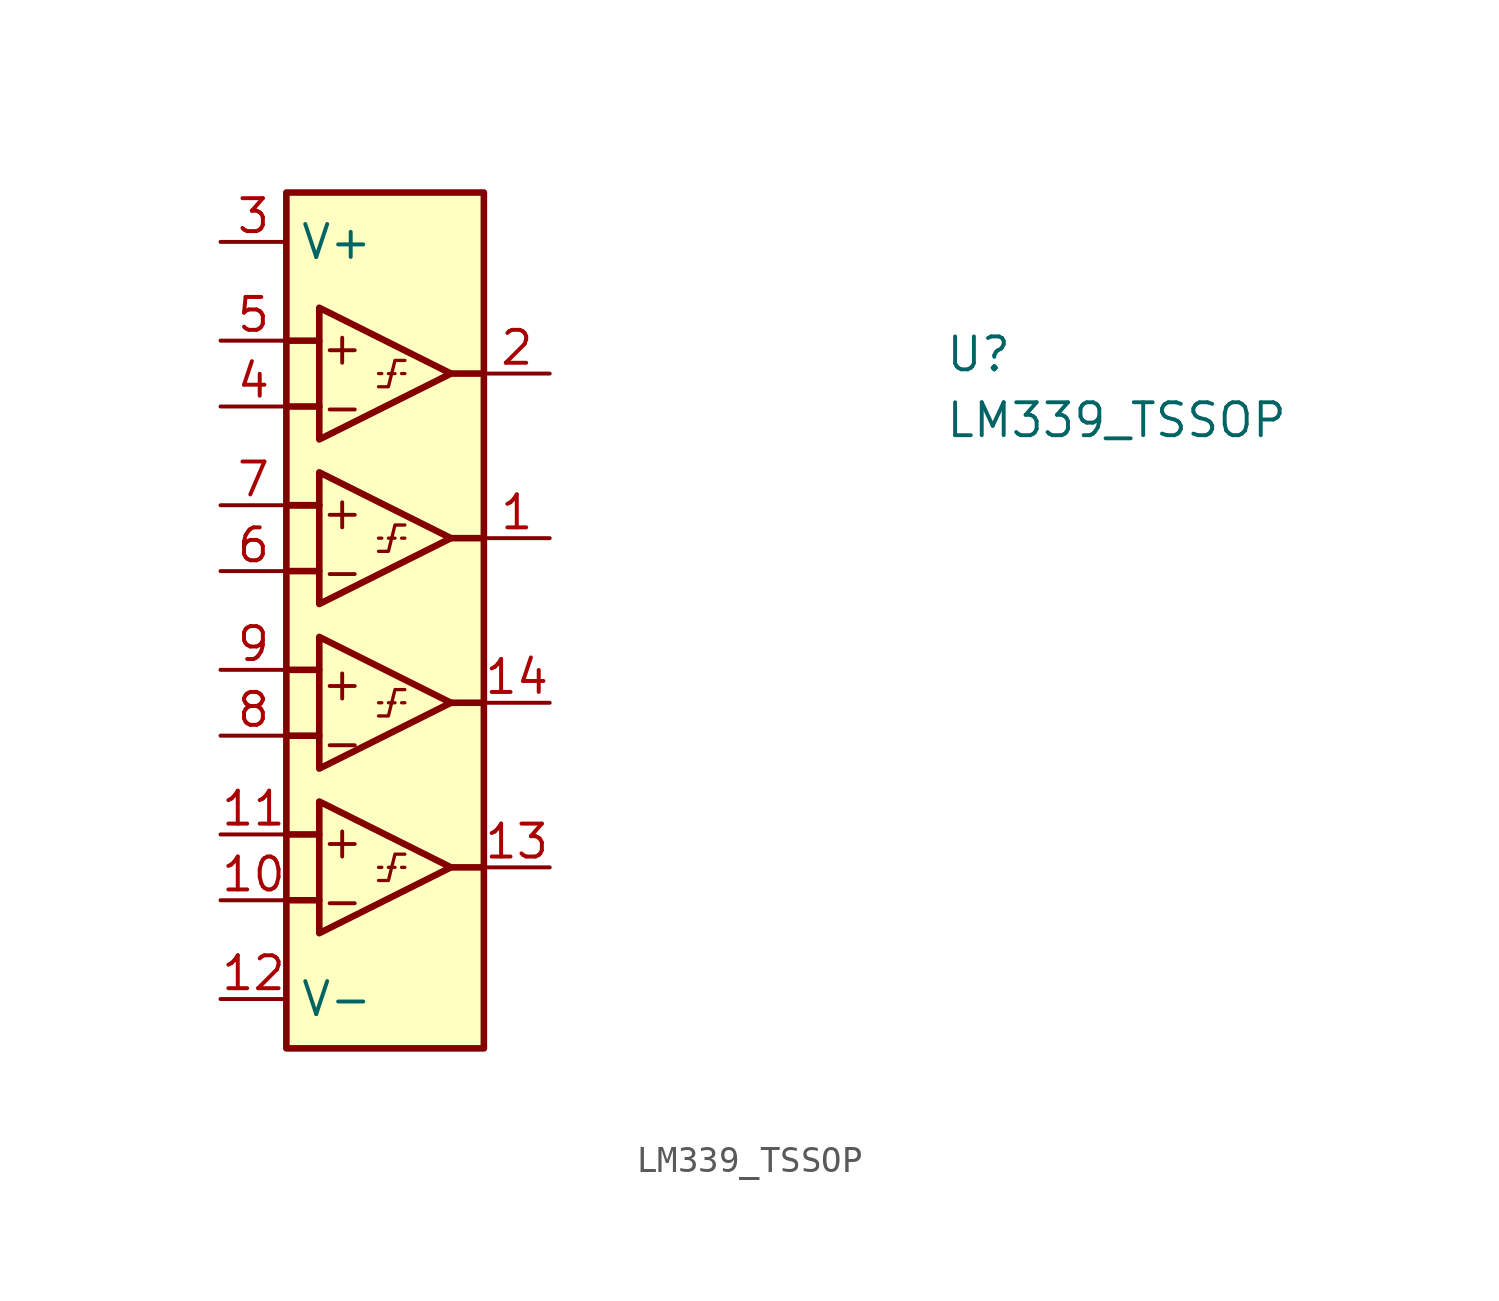
<source format=kicad_sym>
(kicad_symbol_lib
  (version 20211014)
  (generator kicad_symbol_editor)
  (symbol "LM339_TSSOP"
    (property "Reference" "U"
      (at 27.94 -5.08 0)
      (effects (font (size 1.27 1.27) (thickness 0.15)) (justify left bottom)))
    (property "Value" "LM339_TSSOP"
      (at 27.94 -7.62 0)
      (effects (font (size 1.27 1.27) (thickness 0.15)) (justify left bottom)))
    (symbol "LM339_TSSOP_1_1"
      (polyline (pts (xy 2.54 -25.4) (xy 3.81 -25.4)) (stroke (width 0.254) (type default) (color 0 0 0 0)) (fill (type background)))
      (polyline (pts (xy 2.54 -22.86) (xy 3.81 -22.86)) (stroke (width 0.254) (type default) (color 0 0 0 0)) (fill (type background)))
      (polyline (pts (xy 2.54 -19.05) (xy 3.81 -19.05)) (stroke (width 0.254) (type default) (color 0 0 0 0)) (fill (type background)))
      (polyline (pts (xy 2.54 -16.51) (xy 3.81 -16.51)) (stroke (width 0.254) (type default) (color 0 0 0 0)) (fill (type background)))
      (polyline (pts (xy 2.54 -12.7) (xy 3.81 -12.7)) (stroke (width 0.254) (type default) (color 0 0 0 0)) (fill (type background)))
      (polyline (pts (xy 2.54 -10.16) (xy 3.683 -10.16)) (stroke (width 0.254) (type default) (color 0 0 0 0)) (fill (type background)))
      (polyline (pts (xy 2.54 -10.16) (xy 3.81 -10.16)) (stroke (width 0.254) (type default) (color 0 0 0 0)) (fill (type background)))
      (polyline (pts (xy 2.54 -6.35) (xy 3.81 -6.35)) (stroke (width 0.254) (type default) (color 0 0 0 0)) (fill (type background)))
      (polyline (pts (xy 2.54 -3.81) (xy 3.81 -3.81)) (stroke (width 0.254) (type default) (color 0 0 0 0)) (fill (type background)))
      (polyline (pts (xy 6.223 -24.13) (xy 6.096 -24.13)) (stroke (width 0.127) (type default) (color 0 0 0 0)) (fill (type background)))
      (polyline (pts (xy 6.223 -17.78) (xy 6.096 -17.78)) (stroke (width 0.127) (type default) (color 0 0 0 0)) (fill (type background)))
      (polyline (pts (xy 6.223 -11.43) (xy 6.096 -11.43)) (stroke (width 0.127) (type default) (color 0 0 0 0)) (fill (type background)))
      (polyline (pts (xy 6.223 -5.08) (xy 6.096 -5.08)) (stroke (width 0.127) (type default) (color 0 0 0 0)) (fill (type background)))
      (polyline (pts (xy 6.731 -24.13) (xy 6.477 -24.13)) (stroke (width 0.127) (type default) (color 0 0 0 0)) (fill (type background)))
      (polyline (pts (xy 6.731 -17.78) (xy 6.477 -17.78)) (stroke (width 0.127) (type default) (color 0 0 0 0)) (fill (type background)))
      (polyline (pts (xy 6.731 -11.43) (xy 6.477 -11.43)) (stroke (width 0.127) (type default) (color 0 0 0 0)) (fill (type background)))
      (polyline (pts (xy 6.731 -5.08) (xy 6.477 -5.08)) (stroke (width 0.127) (type default) (color 0 0 0 0)) (fill (type background)))
      (polyline (pts (xy 7.112 -24.13) (xy 6.985 -24.13)) (stroke (width 0.127) (type default) (color 0 0 0 0)) (fill (type background)))
      (polyline (pts (xy 7.112 -17.78) (xy 6.985 -17.78)) (stroke (width 0.127) (type default) (color 0 0 0 0)) (fill (type background)))
      (polyline (pts (xy 7.112 -11.43) (xy 6.985 -11.43)) (stroke (width 0.127) (type default) (color 0 0 0 0)) (fill (type background)))
      (polyline (pts (xy 7.112 -5.08) (xy 6.985 -5.08)) (stroke (width 0.127) (type default) (color 0 0 0 0)) (fill (type background)))
      (polyline (pts (xy 8.89 -24.13) (xy 10.16 -24.13)) (stroke (width 0.254) (type default) (color 0 0 0 0)) (fill (type background)))
      (polyline (pts (xy 8.89 -17.78) (xy 10.16 -17.78)) (stroke (width 0.254) (type default) (color 0 0 0 0)) (fill (type background)))
      (polyline (pts (xy 8.89 -11.43) (xy 10.16 -11.43)) (stroke (width 0.254) (type default) (color 0 0 0 0)) (fill (type background)))
      (polyline (pts (xy 8.89 -5.08) (xy 10.16 -5.08)) (stroke (width 0.254) (type default) (color 0 0 0 0)) (fill (type background)))
      (polyline (pts (xy 3.81 -21.59) (xy 8.89 -24.13) (xy 3.81 -26.67) (xy 3.81 -21.59)) (stroke (width 0.254) (type default) (color 0 0 0 0)) (fill (type background)))
      (polyline (pts (xy 3.81 -15.24) (xy 8.89 -17.78) (xy 3.81 -20.32) (xy 3.81 -15.24)) (stroke (width 0.254) (type default) (color 0 0 0 0)) (fill (type background)))
      (polyline (pts (xy 3.81 -8.89) (xy 8.89 -11.43) (xy 3.81 -13.97) (xy 3.81 -8.89)) (stroke (width 0.254) (type default) (color 0 0 0 0)) (fill (type background)))
      (polyline (pts (xy 3.81 -2.54) (xy 8.89 -5.08) (xy 3.81 -7.62) (xy 3.81 -2.54)) (stroke (width 0.254) (type default) (color 0 0 0 0)) (fill (type background)))
      (polyline (pts (xy 6.096 -24.638) (xy 6.477 -24.638) (xy 6.731 -23.622) (xy 7.112 -23.622)) (stroke (width 0.127) (type default) (color 0 0 0 0)) (fill (type background)))
      (polyline (pts (xy 6.096 -18.288) (xy 6.477 -18.288) (xy 6.731 -17.272) (xy 7.112 -17.272)) (stroke (width 0.127) (type default) (color 0 0 0 0)) (fill (type background)))
      (polyline (pts (xy 6.096 -11.938) (xy 6.477 -11.938) (xy 6.731 -10.922) (xy 7.112 -10.922)) (stroke (width 0.127) (type default) (color 0 0 0 0)) (fill (type background)))
      (polyline (pts (xy 6.096 -5.588) (xy 6.477 -5.588) (xy 6.731 -4.572) (xy 7.112 -4.572)) (stroke (width 0.127) (type default) (color 0 0 0 0)) (fill (type background)))
      (rectangle (start 2.54 1.905) (end 10.16 -31.115) (stroke (width 0.254) (type default) (color 0 0 0 0)) (fill (type background)))
      (text "+" (at 3.81 -23.876 0) (effects (font (size 1.27 1.27) (thickness 0.15)) (justify left bottom)))
      (text "+" (at 3.81 -17.78 0) (effects (font (size 1.27 1.27) (thickness 0.15)) (justify left bottom)))
      (text "+" (at 3.81 -11.176 0) (effects (font (size 1.27 1.27) (thickness 0.15)) (justify left bottom)))
      (text "+" (at 3.81 -4.826 0) (effects (font (size 1.27 1.27) (thickness 0.15)) (justify left bottom)))
      (text "-" (at 3.81 -26.162 0) (effects (font (size 1.27 1.27) (thickness 0.15)) (justify left bottom)))
      (text "-" (at 3.81 -20.066 0) (effects (font (size 1.27 1.27) (thickness 0.15)) (justify left bottom)))
      (text "-" (at 3.81 -13.462 0) (effects (font (size 1.27 1.27) (thickness 0.15)) (justify left bottom)))
      (text "-" (at 3.81 -7.112 0) (effects (font (size 1.27 1.27) (thickness 0.15)) (justify left bottom)))
      (pin output line (at 12.7 -11.43 180) (length 2.54) (name "" (effects (font (size 1.27 1.27)))) (number "1" (effects (font (size 1.27 1.27)))))
      (pin input line (at 0 -25.4 0) (length 2.54) (name "" (effects (font (size 1.27 1.27)))) (number "10" (effects (font (size 1.27 1.27)))))
      (pin input line (at 0 -22.86 0) (length 2.54) (name "" (effects (font (size 1.27 1.27)))) (number "11" (effects (font (size 1.27 1.27)))))
      (pin power_in line (at 0 -29.21 0) (length 2.54) (name "V-" (effects (font (size 1.27 1.27)))) (number "12" (effects (font (size 1.27 1.27)))))
      (pin output line (at 12.7 -24.13 180) (length 2.54) (name "" (effects (font (size 1.27 1.27)))) (number "13" (effects (font (size 1.27 1.27)))))
      (pin output line (at 12.7 -17.78 180) (length 2.54) (name "" (effects (font (size 1.27 1.27)))) (number "14" (effects (font (size 1.27 1.27)))))
      (pin output line (at 12.7 -5.08 180) (length 2.54) (name "" (effects (font (size 1.27 1.27)))) (number "2" (effects (font (size 1.27 1.27)))))
      (pin power_in line (at 0 0 0) (length 2.54) (name "V+" (effects (font (size 1.27 1.27)))) (number "3" (effects (font (size 1.27 1.27)))))
      (pin input line (at 0 -6.35 0) (length 2.54) (name "" (effects (font (size 1.27 1.27)))) (number "4" (effects (font (size 1.27 1.27)))))
      (pin input line (at 0 -3.81 0) (length 2.54) (name "" (effects (font (size 1.27 1.27)))) (number "5" (effects (font (size 1.27 1.27)))))
      (pin input line (at 0 -12.7 0) (length 2.54) (name "" (effects (font (size 1.27 1.27)))) (number "6" (effects (font (size 1.27 1.27)))))
      (pin input line (at 0 -10.16 0) (length 2.54) (name "" (effects (font (size 1.27 1.27)))) (number "7" (effects (font (size 1.27 1.27)))))
      (pin input line (at 0 -19.05 0) (length 2.54) (name "" (effects (font (size 1.27 1.27)))) (number "8" (effects (font (size 1.27 1.27)))))
      (pin input line (at 0 -16.51 0) (length 2.54) (name "" (effects (font (size 1.27 1.27)))) (number "9" (effects (font (size 1.27 1.27))))))))
</source>
